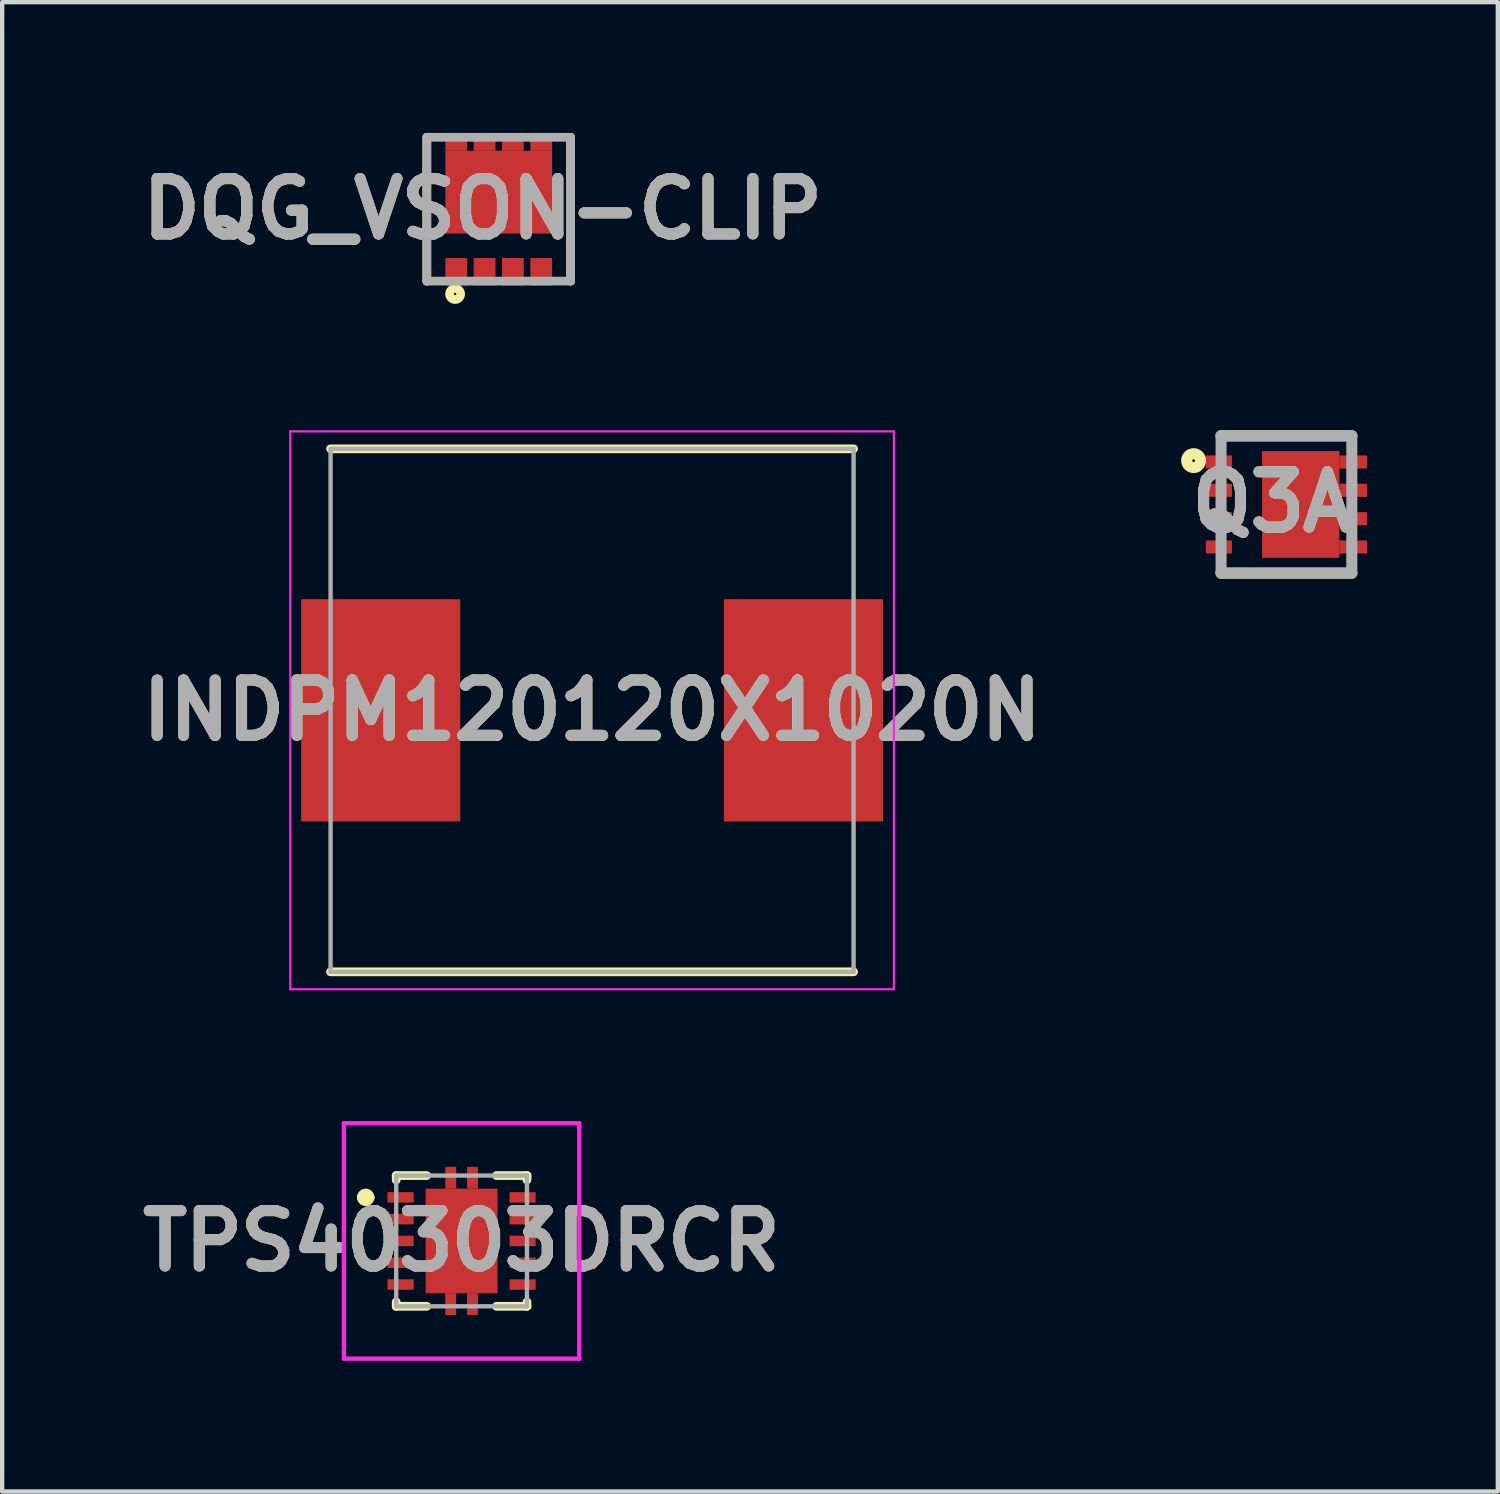
<source format=kicad_pcb>
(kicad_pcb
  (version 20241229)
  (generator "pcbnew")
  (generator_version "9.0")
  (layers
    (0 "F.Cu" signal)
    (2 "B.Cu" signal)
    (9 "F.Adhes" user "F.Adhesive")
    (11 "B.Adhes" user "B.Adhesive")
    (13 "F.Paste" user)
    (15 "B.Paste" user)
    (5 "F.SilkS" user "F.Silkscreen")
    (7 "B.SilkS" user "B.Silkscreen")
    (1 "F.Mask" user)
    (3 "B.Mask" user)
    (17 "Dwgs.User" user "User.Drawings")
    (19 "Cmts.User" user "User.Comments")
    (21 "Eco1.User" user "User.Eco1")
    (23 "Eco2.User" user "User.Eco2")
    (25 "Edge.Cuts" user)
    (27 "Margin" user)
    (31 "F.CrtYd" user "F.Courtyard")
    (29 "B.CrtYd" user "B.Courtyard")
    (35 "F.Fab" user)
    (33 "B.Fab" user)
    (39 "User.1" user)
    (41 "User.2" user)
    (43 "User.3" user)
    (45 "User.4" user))
  (footprint "TPS40303DRCR"
    (layer "F.Cu")
    (at 7.541 25.423)
    (property "Reference" "TPS40303DRCR" (at 0 0 0) (layer "F.SilkS") (effects (font (size 1.27 1.27) (thickness 0.254))))
    (attr smd)
    (fp_line (start -2.3 -1) (end -2.3 -1) (stroke (width 0.2) (type solid)) (layer "F.SilkS"))
    (fp_line (start -2.1 -1) (end -2.1 -1) (stroke (width 0.2) (type solid)) (layer "F.SilkS"))
    (fp_line (start -1.5 -1.5) (end -1.5 -1.4) (stroke (width 0.2) (type solid)) (layer "F.SilkS"))
    (fp_line (start -1.5 1.5) (end -1.5 1.4) (stroke (width 0.2) (type solid)) (layer "F.SilkS"))
    (fp_line (start -0.8 -1.5) (end -1.5 -1.5) (stroke (width 0.2) (type solid)) (layer "F.SilkS"))
    (fp_line (start -0.8 1.5) (end -1.5 1.5) (stroke (width 0.2) (type solid)) (layer "F.SilkS"))
    (fp_line (start 0.8 -1.5) (end 1.5 -1.5) (stroke (width 0.2) (type solid)) (layer "F.SilkS"))
    (fp_line (start 0.8 1.5) (end 1.5 1.5) (stroke (width 0.2) (type solid)) (layer "F.SilkS"))
    (fp_line (start 1.5 -1.5) (end 1.5 -1.45) (stroke (width 0.2) (type solid)) (layer "F.SilkS"))
    (fp_line (start 1.5 -1.45) (end 1.5 -1.4) (stroke (width 0.2) (type solid)) (layer "F.SilkS"))
    (fp_line (start 1.5 1.5) (end 1.5 1.4) (stroke (width 0.2) (type solid)) (layer "F.SilkS"))
    (fp_arc (start -2.3 -1) (mid -2.2 -1.1) (end -2.1 -1) (stroke (width 0.2) (type solid)) (layer "F.SilkS"))
    (fp_arc (start -2.1 -1) (mid -2.2 -0.9) (end -2.3 -1) (stroke (width 0.2) (type solid)) (layer "F.SilkS"))
    (fp_line (start -2.7 -2.7) (end 2.7 -2.7) (stroke (width 0.1) (type solid)) (layer "F.CrtYd"))
    (fp_line (start -2.7 2.7) (end -2.7 -2.7) (stroke (width 0.1) (type solid)) (layer "F.CrtYd"))
    (fp_line (start 2.7 -2.7) (end 2.7 2.7) (stroke (width 0.1) (type solid)) (layer "F.CrtYd"))
    (fp_line (start 2.7 2.7) (end -2.7 2.7) (stroke (width 0.1) (type solid)) (layer "F.CrtYd"))
    (fp_line (start -1.5 -1.5) (end 1.5 -1.5) (stroke (width 0.1) (type solid)) (layer "F.Fab"))
    (fp_line (start -1.5 1.5) (end -1.5 -1.5) (stroke (width 0.1) (type solid)) (layer "F.Fab"))
    (fp_line (start 1.5 -1.5) (end 1.5 1.5) (stroke (width 0.1) (type solid)) (layer "F.Fab"))
    (fp_line (start 1.5 1.5) (end -1.5 1.5) (stroke (width 0.1) (type solid)) (layer "F.Fab"))
    (fp_text user "${REFERENCE}" (at 0 0 0) (layer "F.Fab") (effects (font (size 1.27 1.27) (thickness 0.254))))
    (pad "1" smd rect (at -1.4 -1 90) (size 0.24 0.6) (layers "F.Cu" "F.Mask" "F.Paste"))
    (pad "2" smd rect (at -1.4 -0.5 90) (size 0.24 0.6) (layers "F.Cu" "F.Mask" "F.Paste"))
    (pad "3" smd rect (at -1.4 0 90) (size 0.24 0.6) (layers "F.Cu" "F.Mask" "F.Paste"))
    (pad "4" smd rect (at -1.4 0.5 90) (size 0.24 0.6) (layers "F.Cu" "F.Mask" "F.Paste"))
    (pad "5" smd rect (at -1.4 1 90) (size 0.24 0.6) (layers "F.Cu" "F.Mask" "F.Paste"))
    (pad "6" smd rect (at 1.4 1 90) (size 0.24 0.6) (layers "F.Cu" "F.Mask" "F.Paste"))
    (pad "7" smd rect (at 1.4 0.5 90) (size 0.24 0.6) (layers "F.Cu" "F.Mask" "F.Paste"))
    (pad "8" smd rect (at 1.4 0 90) (size 0.24 0.6) (layers "F.Cu" "F.Mask" "F.Paste"))
    (pad "9" smd rect (at 1.4 -0.5 90) (size 0.24 0.6) (layers "F.Cu" "F.Mask" "F.Paste"))
    (pad "10" smd rect (at 1.4 -1 90) (size 0.24 0.6) (layers "F.Cu" "F.Mask" "F.Paste"))
    (pad "11" smd rect (at 0 0) (size 1.65 2.4) (layers "F.Cu" "F.Mask" "F.Paste"))
    (pad "12" smd rect (at -0.25 1.45) (size 0.25 0.5) (layers "F.Cu" "F.Mask" "F.Paste"))
    (pad "13" smd rect (at 0.25 1.45) (size 0.25 0.5) (layers "F.Cu" "F.Mask" "F.Paste"))
    (pad "14" smd rect (at 0.25 -1.45) (size 0.25 0.5) (layers "F.Cu" "F.Mask" "F.Paste"))
    (pad "15" smd rect (at -0.25 -1.45) (size 0.25 0.5) (layers "F.Cu" "F.Mask" "F.Paste")))
  (footprint "Q3A"
    (layer "F.Cu")
    (at 26.467 8.525)
    (property "Reference" "Q3A" (at -0.329 -0.055 0) (layer "F.SilkS") (effects (font (size 1.27 1.27) (thickness 0.254))))
    (attr smd)
    (fp_line (start -1.5 -1.575) (end 1.5 -1.575) (stroke (width 0.254) (type solid)) (layer "F.SilkS"))
    (fp_line (start 1.5 1.575) (end -1.5 1.575) (stroke (width 0.254) (type solid)) (layer "F.SilkS"))
    (fp_circle (center -2.13 -1.006) (end -2.13 -0.974) (stroke (width 0.254) (type solid)) (fill no) (layer "F.SilkS"))
    (fp_line (start -1.5 -1.575) (end 1.5 -1.575) (stroke (width 0.254) (type solid)) (layer "F.Fab"))
    (fp_line (start -1.5 1.575) (end -1.5 -1.575) (stroke (width 0.254) (type solid)) (layer "F.Fab"))
    (fp_line (start 1.5 -1.575) (end 1.5 1.575) (stroke (width 0.254) (type solid)) (layer "F.Fab"))
    (fp_line (start 1.5 1.575) (end -1.5 1.575) (stroke (width 0.254) (type solid)) (layer "F.Fab"))
    (fp_text user "${REFERENCE}" (at -0.329 -0.055 0) (layer "F.Fab") (effects (font (size 1.27 1.27) (thickness 0.254))))
    (pad "1" smd rect (at -1.55 -0.975 90) (size 0.3 0.6) (layers "F.Cu" "F.Mask" "F.Paste"))
    (pad "2" smd rect (at -1.55 -0.325 90) (size 0.3 0.6) (layers "F.Cu" "F.Mask" "F.Paste"))
    (pad "3" smd rect (at -1.55 0.325 90) (size 0.3 0.6) (layers "F.Cu" "F.Mask" "F.Paste"))
    (pad "4" smd rect (at -1.55 0.975 90) (size 0.3 0.6) (layers "F.Cu" "F.Mask" "F.Paste"))
    (pad "5" smd rect (at 1.532 0.975 90) (size 0.3 0.635) (layers "F.Cu" "F.Mask" "F.Paste"))
    (pad "6" smd rect (at 1.532 0.325 90) (size 0.3 0.635) (layers "F.Cu" "F.Mask" "F.Paste"))
    (pad "7" smd rect (at 1.532 -0.325 90) (size 0.3 0.635) (layers "F.Cu" "F.Mask" "F.Paste"))
    (pad "8" smd rect (at 1.532 -0.975 90) (size 0.3 0.635) (layers "F.Cu" "F.Mask" "F.Paste"))
    (pad "9" smd rect (at 0.328 0) (size 1.775 2.45) (layers "F.Cu" "F.Mask" "F.Paste")))
  (footprint "INDPM120120X1020N"
    (layer "F.Cu")
    (at 10.535 13.248)
    (property "Reference" "INDPM120120X1020N" (at 0 0 0) (layer "F.SilkS") (effects (font (size 1.27 1.27) (thickness 0.254))))
    (attr smd)
    (fp_line (start -6 6) (end 6 6) (stroke (width 0.2) (type solid)) (layer "F.SilkS"))
    (fp_line (start 6 -6) (end -6 -6) (stroke (width 0.2) (type solid)) (layer "F.SilkS"))
    (fp_line (start -6.925 -6.4) (end 6.925 -6.4) (stroke (width 0.05) (type solid)) (layer "F.CrtYd"))
    (fp_line (start -6.925 6.4) (end -6.925 -6.4) (stroke (width 0.05) (type solid)) (layer "F.CrtYd"))
    (fp_line (start 6.925 -6.4) (end 6.925 6.4) (stroke (width 0.05) (type solid)) (layer "F.CrtYd"))
    (fp_line (start 6.925 6.4) (end -6.925 6.4) (stroke (width 0.05) (type solid)) (layer "F.CrtYd"))
    (fp_line (start -6 -6) (end 6 -6) (stroke (width 0.1) (type solid)) (layer "F.Fab"))
    (fp_line (start -6 6) (end -6 -6) (stroke (width 0.1) (type solid)) (layer "F.Fab"))
    (fp_line (start 6 -6) (end 6 6) (stroke (width 0.1) (type solid)) (layer "F.Fab"))
    (fp_line (start 6 6) (end -6 6) (stroke (width 0.1) (type solid)) (layer "F.Fab"))
    (fp_text user "${REFERENCE}" (at 0 0 0) (layer "F.Fab") (effects (font (size 1.27 1.27) (thickness 0.254))))
    (pad "1" smd rect (at -4.85 0) (size 3.65 5.1) (layers "F.Cu" "F.Mask" "F.Paste"))
    (pad "2" smd rect (at 4.85 0) (size 3.65 5.1) (layers "F.Cu" "F.Mask" "F.Paste")))
  (footprint "DQG_VSON-CLIP"
    (layer "F.Cu")
    (at 8.393 1.75)
    (property "Reference" "DQG_VSON-CLIP" (at -0.368 -0.007 0) (layer "F.SilkS") (effects (font (size 1.27 1.27) (thickness 0.254))))
    (attr smd)
    (fp_line (start -1.65 -1.65) (end -1.65 1.65) (stroke (width 0.2) (type solid)) (layer "F.SilkS"))
    (fp_line (start 1.65 1.65) (end 1.65 -1.65) (stroke (width 0.2) (type solid)) (layer "F.SilkS"))
    (fp_circle (center -1.001 1.946) (end -1.001 1.973) (stroke (width 0.2) (type solid)) (fill no) (layer "F.SilkS"))
    (fp_line (start -1.65 -1.65) (end 1.65 -1.65) (stroke (width 0.2) (type solid)) (layer "F.Fab"))
    (fp_line (start -1.65 1.65) (end -1.65 -1.65) (stroke (width 0.2) (type solid)) (layer "F.Fab"))
    (fp_line (start 1.65 -1.65) (end 1.65 1.65) (stroke (width 0.2) (type solid)) (layer "F.Fab"))
    (fp_line (start 1.65 1.65) (end -1.65 1.65) (stroke (width 0.2) (type solid)) (layer "F.Fab"))
    (fp_text user "${REFERENCE}" (at -0.368 -0.007 0) (layer "F.Fab") (effects (font (size 1.27 1.27) (thickness 0.254))))
    (pad "1" smd rect (at -0.975 1.435) (size 0.5 0.63) (layers "F.Cu" "F.Mask" "F.Paste"))
    (pad "2" smd rect (at -0.325 1.435) (size 0.5 0.63) (layers "F.Cu" "F.Mask" "F.Paste"))
    (pad "3" smd rect (at 0.325 1.435) (size 0.5 0.63) (layers "F.Cu" "F.Mask" "F.Paste"))
    (pad "4" smd rect (at 0.975 1.435) (size 0.5 0.63) (layers "F.Cu" "F.Mask" "F.Paste"))
    (pad "5" smd rect (at 0.975 -1.545 90) (size 0.41 0.5) (layers "F.Cu" "F.Mask" "F.Paste"))
    (pad "6" smd rect (at 0.325 -1.545 90) (size 0.41 0.5) (layers "F.Cu" "F.Mask" "F.Paste"))
    (pad "7" smd rect (at -0.325 -1.545 90) (size 0.41 0.5) (layers "F.Cu" "F.Mask" "F.Paste"))
    (pad "8" smd rect (at -0.975 -1.545 90) (size 0.41 0.5) (layers "F.Cu" "F.Mask" "F.Paste"))
    (pad "9" smd rect (at 0 -0.39 90) (size 1.9 2.45) (layers "F.Cu" "F.Mask" "F.Paste")))
  (gr_rect
    (start -3 -3)
    (end 31.317 31.173)
    (stroke (width 0.1) (type default))
    (fill no)
    (layer "Edge.Cuts")))
</source>
